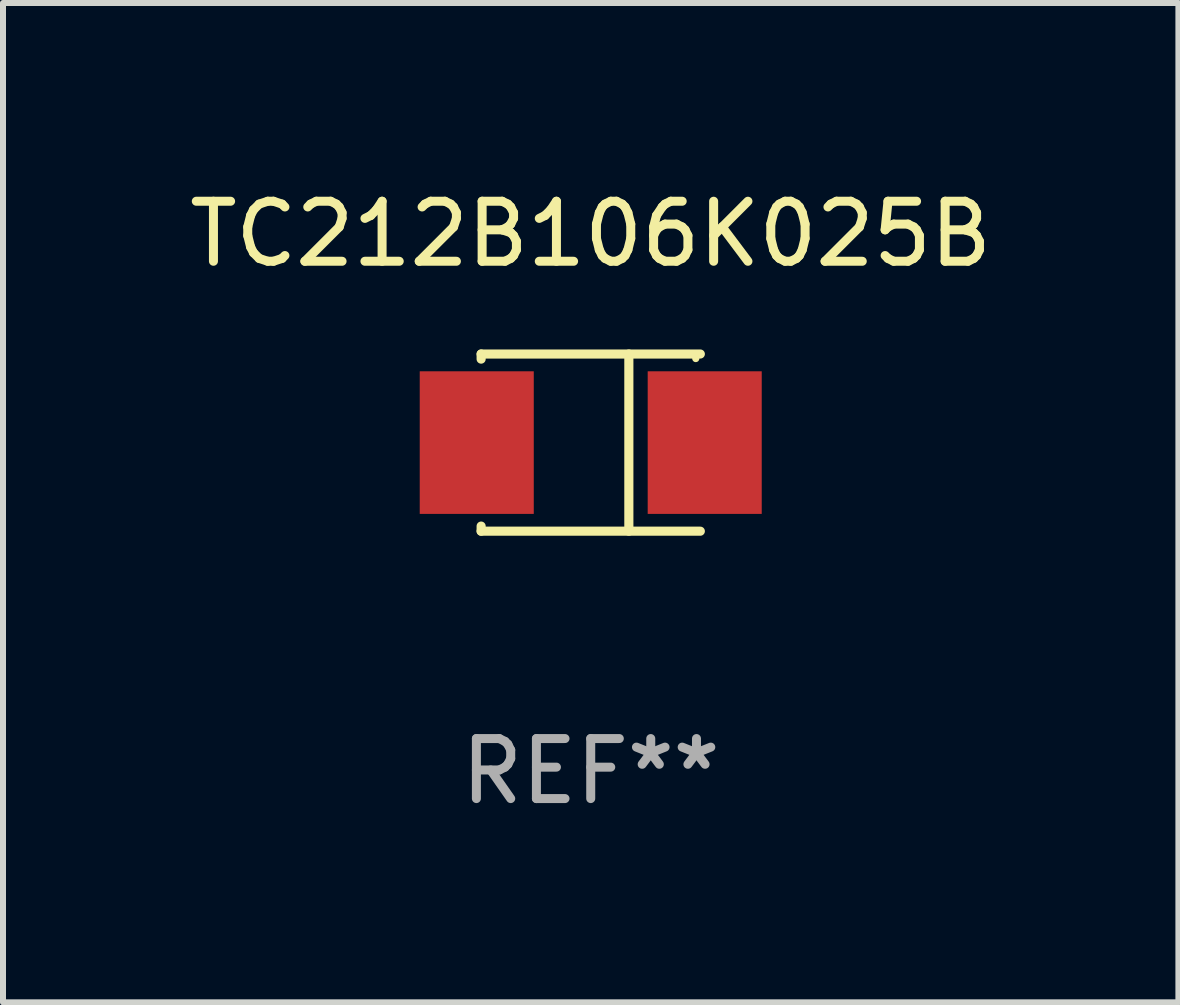
<source format=kicad_pcb>
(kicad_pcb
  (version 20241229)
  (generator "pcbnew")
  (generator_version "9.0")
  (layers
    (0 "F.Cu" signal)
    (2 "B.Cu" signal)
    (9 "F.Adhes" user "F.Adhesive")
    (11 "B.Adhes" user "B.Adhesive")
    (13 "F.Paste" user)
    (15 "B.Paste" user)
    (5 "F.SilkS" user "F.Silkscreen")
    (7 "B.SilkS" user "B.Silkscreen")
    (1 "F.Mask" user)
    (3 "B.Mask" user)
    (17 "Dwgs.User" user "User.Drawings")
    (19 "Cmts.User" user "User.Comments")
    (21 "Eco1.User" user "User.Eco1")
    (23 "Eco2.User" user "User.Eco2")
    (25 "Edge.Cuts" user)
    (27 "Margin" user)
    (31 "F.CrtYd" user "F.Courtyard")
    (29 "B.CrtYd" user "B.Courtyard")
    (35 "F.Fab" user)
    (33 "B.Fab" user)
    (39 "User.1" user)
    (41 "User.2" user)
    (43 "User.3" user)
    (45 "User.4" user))
  (footprint "TC212B106K025B"
    (layer "F.Cu")
    (at 6.792 4.324)
    (property "Reference" "TC212B106K025B" (at 0 -3.476 0) (layer "F.SilkS") (effects (font (size 1 1) (thickness 0.15))))
    (attr through_hole)
    (fp_line (start -1.826 -1.476) (end -1.826 -1.391) (stroke (width 0.152) (type solid)) (layer "F.SilkS"))
    (fp_line (start -1.826 -1.476) (end 1.826 -1.476) (stroke (width 0.152) (type solid)) (layer "F.SilkS"))
    (fp_line (start -1.826 1.476) (end -1.826 1.391) (stroke (width 0.152) (type solid)) (layer "F.SilkS"))
    (fp_line (start -1.826 1.476) (end 1.826 1.476) (stroke (width 0.152) (type solid)) (layer "F.SilkS"))
    (fp_line (start 0.635 -1.476) (end 0.635 1.476) (stroke (width 0.152) (type solid)) (layer "F.SilkS"))
    (fp_circle (center 1.75 -1.4) (end 1.78 -1.4) (stroke (width 0.06) (type solid)) (fill no) (layer "F.SilkS"))
    (fp_text user "REF**" (at 0 5.476 0) (layer "F.Fab") (effects (font (size 1 1) (thickness 0.15))))
    (pad "1" smd rect (at 1.899 0) (size 1.9 2.376) (layers "F.Cu" "F.Mask" "F.Paste"))
    (pad "2" smd rect (at -1.899 0) (size 1.9 2.376) (layers "F.Cu" "F.Mask" "F.Paste")))
  (gr_rect
    (start -3 -3)
    (end 16.583 13.649)
    (stroke (width 0.1) (type default))
    (fill no)
    (layer "Edge.Cuts")))
</source>
